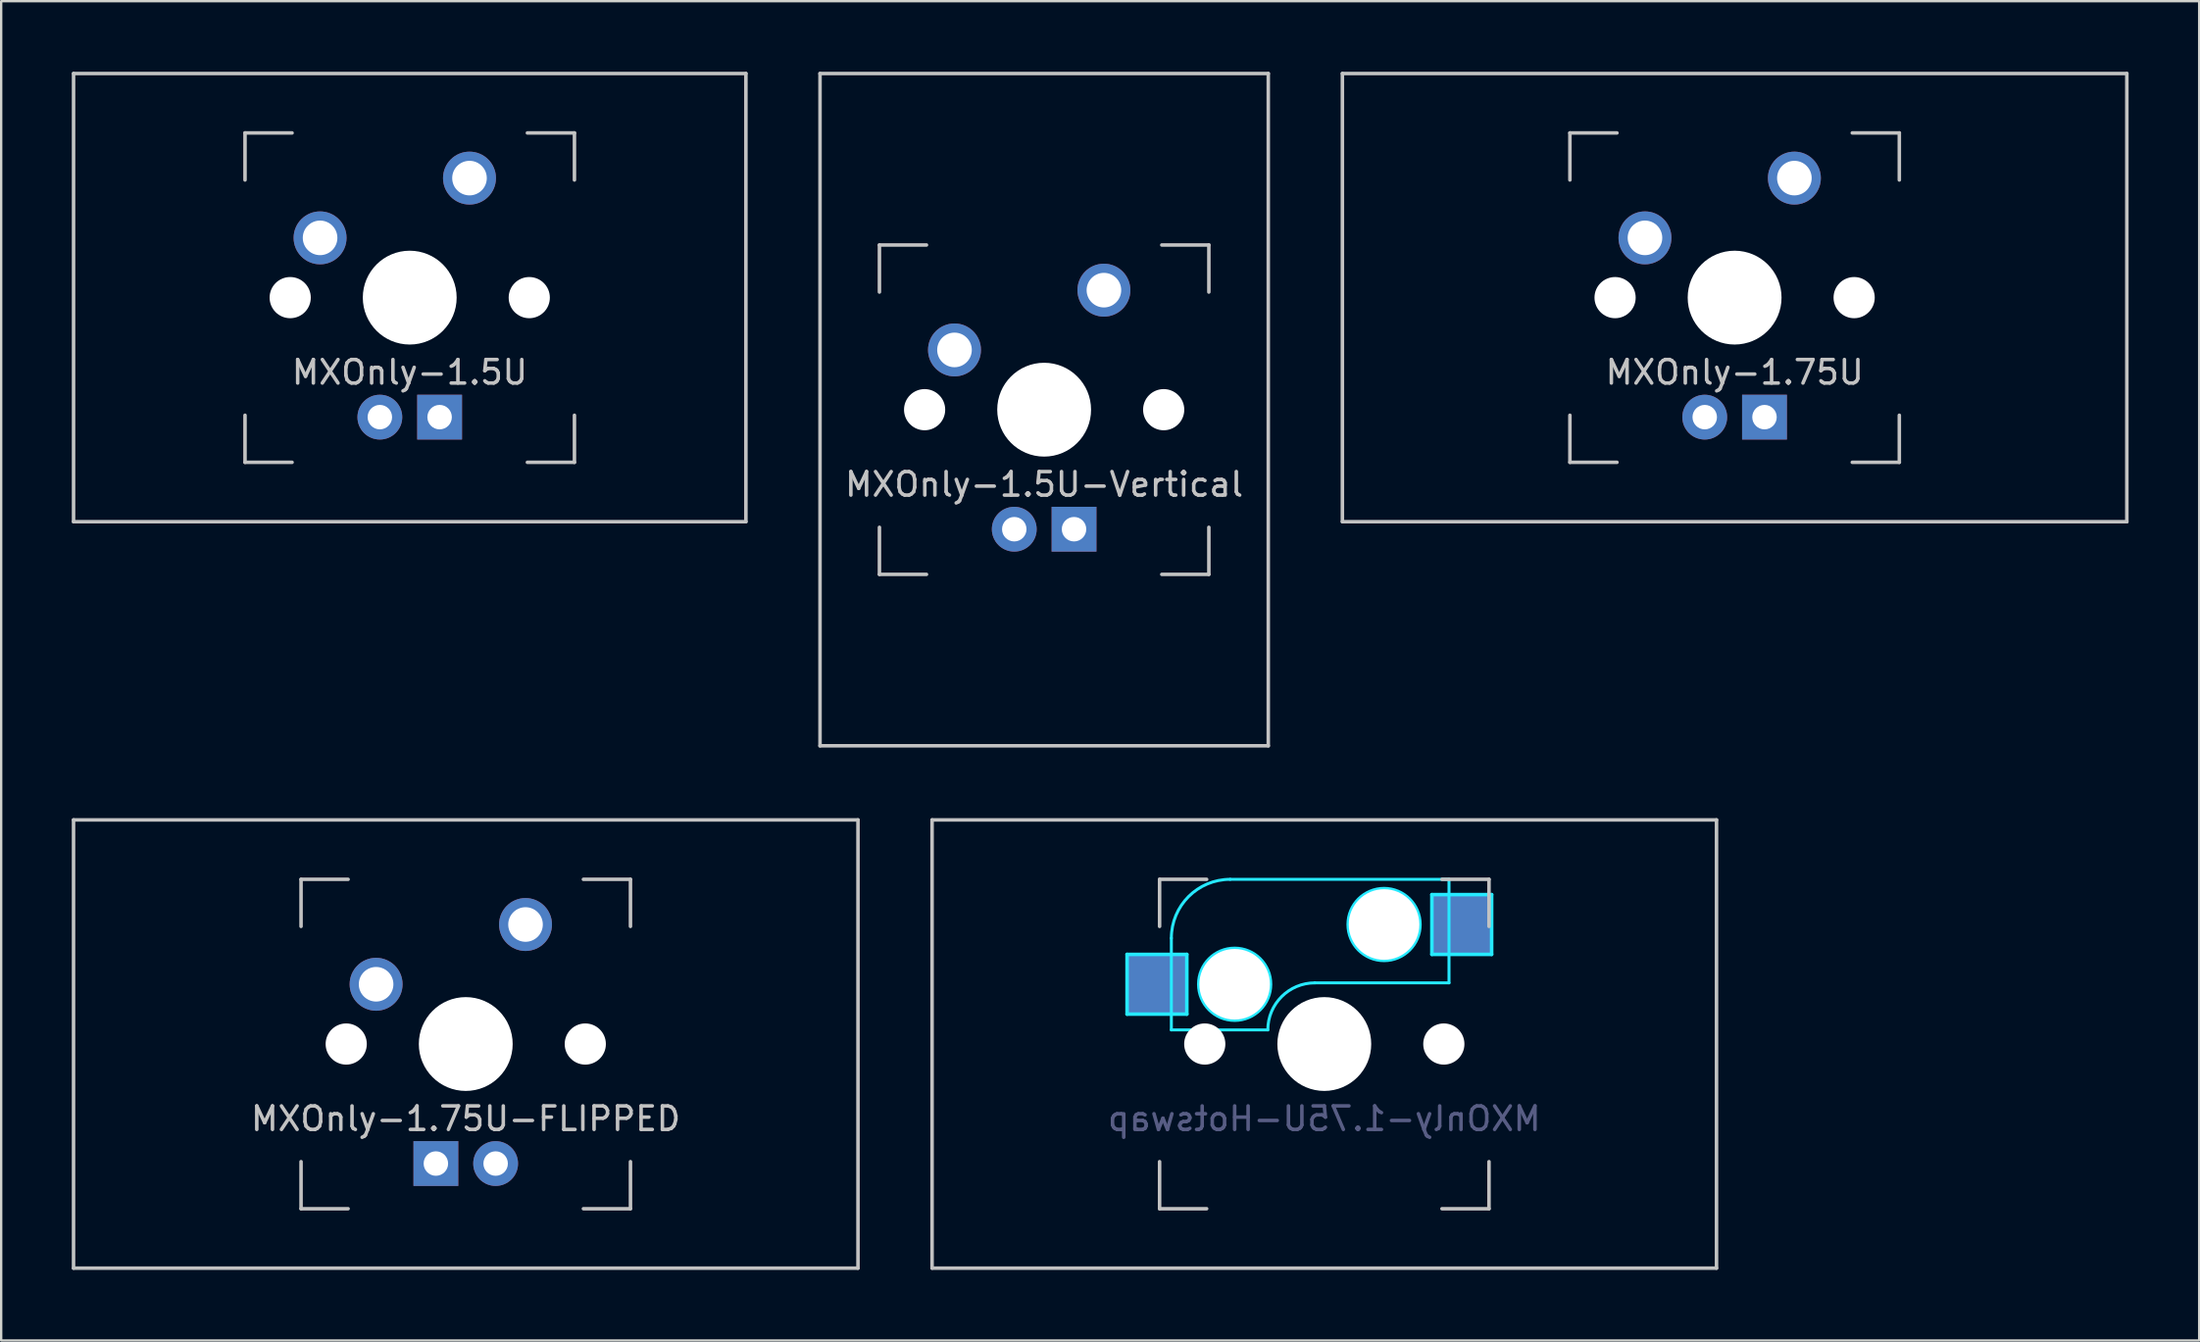
<source format=kicad_pcb>
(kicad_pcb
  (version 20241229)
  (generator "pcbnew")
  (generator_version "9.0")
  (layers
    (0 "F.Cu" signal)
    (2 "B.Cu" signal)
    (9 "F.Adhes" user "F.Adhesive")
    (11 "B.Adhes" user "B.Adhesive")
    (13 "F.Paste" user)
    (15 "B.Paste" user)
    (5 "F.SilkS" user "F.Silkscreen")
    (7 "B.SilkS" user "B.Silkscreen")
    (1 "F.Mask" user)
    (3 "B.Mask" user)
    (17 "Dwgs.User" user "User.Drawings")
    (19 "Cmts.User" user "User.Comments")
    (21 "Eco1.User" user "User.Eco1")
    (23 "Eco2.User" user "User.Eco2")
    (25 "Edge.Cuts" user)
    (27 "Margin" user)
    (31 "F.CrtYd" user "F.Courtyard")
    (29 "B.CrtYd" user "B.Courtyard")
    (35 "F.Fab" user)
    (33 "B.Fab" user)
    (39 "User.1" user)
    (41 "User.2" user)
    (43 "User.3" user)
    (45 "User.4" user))
  (footprint "MXOnly-1.5U-Vertical"
    (layer "F.Cu")
    (at 41.325 14.363)
    (property "Reference" "MXOnly-1.5U-Vertical" (at 0 3.175 0) (layer "Dwgs.User") (effects (font (size 1 1) (thickness 0.15))))
    (attr through_hole)
    (fp_line (start -9.525 -14.287) (end -9.525 14.287) (stroke (width 0.15) (type solid)) (layer "Dwgs.User"))
    (fp_line (start -7 -7) (end -7 -5) (stroke (width 0.15) (type solid)) (layer "Dwgs.User"))
    (fp_line (start -7 5) (end -7 7) (stroke (width 0.15) (type solid)) (layer "Dwgs.User"))
    (fp_line (start -7 7) (end -5 7) (stroke (width 0.15) (type solid)) (layer "Dwgs.User"))
    (fp_line (start -5 -7) (end -7 -7) (stroke (width 0.15) (type solid)) (layer "Dwgs.User"))
    (fp_line (start 5 -7) (end 7 -7) (stroke (width 0.15) (type solid)) (layer "Dwgs.User"))
    (fp_line (start 5 7) (end 7 7) (stroke (width 0.15) (type solid)) (layer "Dwgs.User"))
    (fp_line (start 7 -7) (end 7 -5) (stroke (width 0.15) (type solid)) (layer "Dwgs.User"))
    (fp_line (start 7 7) (end 7 5) (stroke (width 0.15) (type solid)) (layer "Dwgs.User"))
    (fp_line (start 9.525 -14.287) (end -9.525 -14.287) (stroke (width 0.15) (type solid)) (layer "Dwgs.User"))
    (fp_line (start 9.525 -14.287) (end 9.525 14.287) (stroke (width 0.15) (type solid)) (layer "Dwgs.User"))
    (fp_line (start 9.525 14.287) (end -9.525 14.287) (stroke (width 0.15) (type solid)) (layer "Dwgs.User"))
    (pad "" np_thru_hole circle (at -5.08 0 48.1) (size 1.75 1.75) (drill 1.75) (layers "*.Cu" "*.Mask"))
    (pad "" np_thru_hole circle (at 0 0) (size 3.988 3.988) (drill 3.988) (layers "*.Cu" "*.Mask"))
    (pad "" np_thru_hole circle (at 5.08 0 48.1) (size 1.75 1.75) (drill 1.75) (layers "*.Cu" "*.Mask"))
    (pad "1" thru_hole circle (at -3.81 -2.54) (size 2.25 2.25) (drill 1.47) (layers "*.Cu" "B.Mask"))
    (pad "2" thru_hole circle (at 2.54 -5.08) (size 2.25 2.25) (drill 1.47) (layers "*.Cu" "B.Mask"))
    (pad "3" thru_hole circle (at -1.27 5.08) (size 1.905 1.905) (drill 1.04) (layers "*.Cu" "B.Mask"))
    (pad "4" thru_hole rect (at 1.27 5.08) (size 1.905 1.905) (drill 1.04) (layers "*.Cu" "B.Mask")))
  (footprint "MXOnly-1.75U"
    (layer "F.Cu")
    (at 70.669 9.6)
    (property "Reference" "MXOnly-1.75U" (at 0 3.175 0) (layer "Dwgs.User") (effects (font (size 1 1) (thickness 0.15))))
    (attr through_hole)
    (fp_line (start -16.669 -9.525) (end 16.669 -9.525) (stroke (width 0.15) (type solid)) (layer "Dwgs.User"))
    (fp_line (start -16.669 9.525) (end -16.669 -9.525) (stroke (width 0.15) (type solid)) (layer "Dwgs.User"))
    (fp_line (start -16.669 9.525) (end 16.669 9.525) (stroke (width 0.15) (type solid)) (layer "Dwgs.User"))
    (fp_line (start -7 -7) (end -7 -5) (stroke (width 0.15) (type solid)) (layer "Dwgs.User"))
    (fp_line (start -7 5) (end -7 7) (stroke (width 0.15) (type solid)) (layer "Dwgs.User"))
    (fp_line (start -7 7) (end -5 7) (stroke (width 0.15) (type solid)) (layer "Dwgs.User"))
    (fp_line (start -5 -7) (end -7 -7) (stroke (width 0.15) (type solid)) (layer "Dwgs.User"))
    (fp_line (start 5 -7) (end 7 -7) (stroke (width 0.15) (type solid)) (layer "Dwgs.User"))
    (fp_line (start 5 7) (end 7 7) (stroke (width 0.15) (type solid)) (layer "Dwgs.User"))
    (fp_line (start 7 -7) (end 7 -5) (stroke (width 0.15) (type solid)) (layer "Dwgs.User"))
    (fp_line (start 7 7) (end 7 5) (stroke (width 0.15) (type solid)) (layer "Dwgs.User"))
    (fp_line (start 16.669 -9.525) (end 16.669 9.525) (stroke (width 0.15) (type solid)) (layer "Dwgs.User"))
    (pad "" np_thru_hole circle (at -5.08 0 48.1) (size 1.75 1.75) (drill 1.75) (layers "*.Cu" "*.Mask"))
    (pad "" np_thru_hole circle (at 0 0) (size 3.988 3.988) (drill 3.988) (layers "*.Cu" "*.Mask"))
    (pad "" np_thru_hole circle (at 5.08 0 48.1) (size 1.75 1.75) (drill 1.75) (layers "*.Cu" "*.Mask"))
    (pad "1" thru_hole circle (at -3.81 -2.54) (size 2.25 2.25) (drill 1.47) (layers "*.Cu" "B.Mask"))
    (pad "2" thru_hole circle (at 2.54 -5.08) (size 2.25 2.25) (drill 1.47) (layers "*.Cu" "B.Mask"))
    (pad "3" thru_hole circle (at -1.27 5.08) (size 1.905 1.905) (drill 1.04) (layers "*.Cu" "B.Mask"))
    (pad "4" thru_hole rect (at 1.27 5.08) (size 1.905 1.905) (drill 1.04) (layers "*.Cu" "B.Mask")))
  (footprint "MXOnly-1.75U-FLIPPED"
    (layer "F.Cu")
    (at 16.744 41.325)
    (property "Reference" "MXOnly-1.75U-FLIPPED" (at 0 3.175 0) (layer "Dwgs.User") (effects (font (size 1 1) (thickness 0.15))))
    (attr through_hole)
    (fp_line (start -16.669 -9.525) (end 16.669 -9.525) (stroke (width 0.15) (type solid)) (layer "Dwgs.User"))
    (fp_line (start -16.669 9.525) (end -16.669 -9.525) (stroke (width 0.15) (type solid)) (layer "Dwgs.User"))
    (fp_line (start -16.669 9.525) (end 16.669 9.525) (stroke (width 0.15) (type solid)) (layer "Dwgs.User"))
    (fp_line (start -7 -7) (end -7 -5) (stroke (width 0.15) (type solid)) (layer "Dwgs.User"))
    (fp_line (start -7 5) (end -7 7) (stroke (width 0.15) (type solid)) (layer "Dwgs.User"))
    (fp_line (start -7 7) (end -5 7) (stroke (width 0.15) (type solid)) (layer "Dwgs.User"))
    (fp_line (start -5 -7) (end -7 -7) (stroke (width 0.15) (type solid)) (layer "Dwgs.User"))
    (fp_line (start 5 -7) (end 7 -7) (stroke (width 0.15) (type solid)) (layer "Dwgs.User"))
    (fp_line (start 5 7) (end 7 7) (stroke (width 0.15) (type solid)) (layer "Dwgs.User"))
    (fp_line (start 7 -7) (end 7 -5) (stroke (width 0.15) (type solid)) (layer "Dwgs.User"))
    (fp_line (start 7 7) (end 7 5) (stroke (width 0.15) (type solid)) (layer "Dwgs.User"))
    (fp_line (start 16.669 -9.525) (end 16.669 9.525) (stroke (width 0.15) (type solid)) (layer "Dwgs.User"))
    (pad "" np_thru_hole circle (at -5.08 0 48.1) (size 1.75 1.75) (drill 1.75) (layers "*.Cu" "*.Mask"))
    (pad "" np_thru_hole circle (at 0 0) (size 3.988 3.988) (drill 3.988) (layers "*.Cu" "*.Mask"))
    (pad "" np_thru_hole circle (at 5.08 0 48.1) (size 1.75 1.75) (drill 1.75) (layers "*.Cu" "*.Mask"))
    (pad "1" thru_hole circle (at -3.81 -2.54) (size 2.25 2.25) (drill 1.47) (layers "*.Cu" "B.Mask"))
    (pad "2" thru_hole circle (at 2.54 -5.08) (size 2.25 2.25) (drill 1.47) (layers "*.Cu" "B.Mask"))
    (pad "3" thru_hole circle (at 1.27 5.08) (size 1.905 1.905) (drill 1.04) (layers "*.Cu" "B.Mask"))
    (pad "4" thru_hole rect (at -1.27 5.08) (size 1.905 1.905) (drill 1.04) (layers "*.Cu" "B.Mask")))
  (footprint "MXOnly-1.75U-Hotswap"
    (layer "F.Cu")
    (at 53.231 41.325)
    (property "Reference" "MXOnly-1.75U-Hotswap" (at 0 3.175 0) (layer "B.Fab") (effects (font (size 1 1) (thickness 0.15)) (justify mirror)))
    (attr smd)
    (fp_line (start -16.669 -9.525) (end 16.669 -9.525) (stroke (width 0.15) (type solid)) (layer "Dwgs.User"))
    (fp_line (start -16.669 9.525) (end -16.669 -9.525) (stroke (width 0.15) (type solid)) (layer "Dwgs.User"))
    (fp_line (start -7 -7) (end -7 -5) (stroke (width 0.15) (type solid)) (layer "Dwgs.User"))
    (fp_line (start -7 5) (end -7 7) (stroke (width 0.15) (type solid)) (layer "Dwgs.User"))
    (fp_line (start -7 7) (end -5 7) (stroke (width 0.15) (type solid)) (layer "Dwgs.User"))
    (fp_line (start -5 -7) (end -7 -7) (stroke (width 0.15) (type solid)) (layer "Dwgs.User"))
    (fp_line (start 5 -7) (end 7 -7) (stroke (width 0.15) (type solid)) (layer "Dwgs.User"))
    (fp_line (start 5 7) (end 7 7) (stroke (width 0.15) (type solid)) (layer "Dwgs.User"))
    (fp_line (start 7 -7) (end 7 -5) (stroke (width 0.15) (type solid)) (layer "Dwgs.User"))
    (fp_line (start 7 7) (end 7 5) (stroke (width 0.15) (type solid)) (layer "Dwgs.User"))
    (fp_line (start 16.669 -9.525) (end 16.669 9.525) (stroke (width 0.15) (type solid)) (layer "Dwgs.User"))
    (fp_line (start 16.669 9.525) (end -16.669 9.525) (stroke (width 0.15) (type solid)) (layer "Dwgs.User"))
    (fp_line (start -8.382 -3.81) (end -5.842 -3.81) (stroke (width 0.15) (type solid)) (layer "B.CrtYd"))
    (fp_line (start -8.382 -1.27) (end -8.382 -3.81) (stroke (width 0.15) (type solid)) (layer "B.CrtYd"))
    (fp_line (start -6.5 -4.5) (end -6.5 -0.6) (stroke (width 0.127) (type solid)) (layer "B.CrtYd"))
    (fp_line (start -6.5 -0.6) (end -2.4 -0.6) (stroke (width 0.127) (type solid)) (layer "B.CrtYd"))
    (fp_line (start -5.842 -3.81) (end -5.842 -1.27) (stroke (width 0.15) (type solid)) (layer "B.CrtYd"))
    (fp_line (start -5.842 -1.27) (end -8.382 -1.27) (stroke (width 0.15) (type solid)) (layer "B.CrtYd"))
    (fp_line (start -0.4 -2.6) (end 5.3 -2.6) (stroke (width 0.127) (type solid)) (layer "B.CrtYd"))
    (fp_line (start 4.572 -6.35) (end 7.112 -6.35) (stroke (width 0.15) (type solid)) (layer "B.CrtYd"))
    (fp_line (start 4.572 -3.81) (end 4.572 -6.35) (stroke (width 0.15) (type solid)) (layer "B.CrtYd"))
    (fp_line (start 5.3 -7) (end -4 -7) (stroke (width 0.127) (type solid)) (layer "B.CrtYd"))
    (fp_line (start 5.3 -7) (end 5.3 -2.6) (stroke (width 0.127) (type solid)) (layer "B.CrtYd"))
    (fp_line (start 7.112 -6.35) (end 7.112 -3.81) (stroke (width 0.15) (type solid)) (layer "B.CrtYd"))
    (fp_line (start 7.112 -3.81) (end 4.572 -3.81) (stroke (width 0.15) (type solid)) (layer "B.CrtYd"))
    (fp_arc (start -6.5 -4.5) (mid -5.767767 -6.267767) (end -4 -7) (stroke (width 0.127) (type solid)) (layer "B.CrtYd"))
    (fp_arc (start -2.4 -0.6) (mid -1.814214 -2.014214) (end -0.4 -2.6) (stroke (width 0.127) (type solid)) (layer "B.CrtYd"))
    (fp_circle (center -3.81 -2.54) (end -3.81 -4.064) (stroke (width 0.15) (type solid)) (fill no) (layer "B.CrtYd"))
    (fp_circle (center 2.54 -5.08) (end 2.54 -6.604) (stroke (width 0.15) (type solid)) (fill no) (layer "B.CrtYd"))
    (pad "" np_thru_hole circle (at -5.08 0 48.1) (size 1.75 1.75) (drill 1.75) (layers "*.Cu" "*.Mask"))
    (pad "" np_thru_hole circle (at -3.81 -2.54) (size 3 3) (drill 3) (layers "*.Cu" "*.Mask"))
    (pad "" np_thru_hole circle (at 0 0) (size 3.988 3.988) (drill 3.988) (layers "*.Cu" "*.Mask"))
    (pad "" np_thru_hole circle (at 2.54 -5.08) (size 3 3) (drill 3) (layers "*.Cu" "*.Mask"))
    (pad "" np_thru_hole circle (at 5.08 0 48.1) (size 1.75 1.75) (drill 1.75) (layers "*.Cu" "*.Mask"))
    (pad "1" smd rect (at -7.085 -2.54) (size 2.55 2.5) (layers "B.Cu" "B.Mask" "B.Paste"))
    (pad "2" smd rect (at 5.842 -5.08) (size 2.55 2.5) (layers "B.Cu" "B.Mask" "B.Paste")))
  (footprint "MXOnly-1.5U"
    (layer "F.Cu")
    (at 14.363 9.6)
    (property "Reference" "MXOnly-1.5U" (at 0 3.175 0) (layer "Dwgs.User") (effects (font (size 1 1) (thickness 0.15))))
    (attr through_hole)
    (fp_line (start -14.287 -9.525) (end 14.287 -9.525) (stroke (width 0.15) (type solid)) (layer "Dwgs.User"))
    (fp_line (start -14.287 9.525) (end -14.287 -9.525) (stroke (width 0.15) (type solid)) (layer "Dwgs.User"))
    (fp_line (start -14.287 9.525) (end 14.287 9.525) (stroke (width 0.15) (type solid)) (layer "Dwgs.User"))
    (fp_line (start -7 -7) (end -7 -5) (stroke (width 0.15) (type solid)) (layer "Dwgs.User"))
    (fp_line (start -7 5) (end -7 7) (stroke (width 0.15) (type solid)) (layer "Dwgs.User"))
    (fp_line (start -7 7) (end -5 7) (stroke (width 0.15) (type solid)) (layer "Dwgs.User"))
    (fp_line (start -5 -7) (end -7 -7) (stroke (width 0.15) (type solid)) (layer "Dwgs.User"))
    (fp_line (start 5 -7) (end 7 -7) (stroke (width 0.15) (type solid)) (layer "Dwgs.User"))
    (fp_line (start 5 7) (end 7 7) (stroke (width 0.15) (type solid)) (layer "Dwgs.User"))
    (fp_line (start 7 -7) (end 7 -5) (stroke (width 0.15) (type solid)) (layer "Dwgs.User"))
    (fp_line (start 7 7) (end 7 5) (stroke (width 0.15) (type solid)) (layer "Dwgs.User"))
    (fp_line (start 14.287 -9.525) (end 14.287 9.525) (stroke (width 0.15) (type solid)) (layer "Dwgs.User"))
    (pad "" np_thru_hole circle (at -5.08 0 48.1) (size 1.75 1.75) (drill 1.75) (layers "*.Cu" "*.Mask"))
    (pad "" np_thru_hole circle (at 0 0) (size 3.988 3.988) (drill 3.988) (layers "*.Cu" "*.Mask"))
    (pad "" np_thru_hole circle (at 5.08 0 48.1) (size 1.75 1.75) (drill 1.75) (layers "*.Cu" "*.Mask"))
    (pad "1" thru_hole circle (at -3.81 -2.54) (size 2.25 2.25) (drill 1.47) (layers "*.Cu" "B.Mask"))
    (pad "2" thru_hole circle (at 2.54 -5.08) (size 2.25 2.25) (drill 1.47) (layers "*.Cu" "B.Mask"))
    (pad "3" thru_hole circle (at -1.27 5.08) (size 1.905 1.905) (drill 1.04) (layers "*.Cu" "B.Mask"))
    (pad "4" thru_hole rect (at 1.27 5.08) (size 1.905 1.905) (drill 1.04) (layers "*.Cu" "B.Mask")))
  (gr_rect
    (start -3 -3)
    (end 90.412 53.925)
    (stroke (width 0.1) (type default))
    (fill no)
    (layer "Edge.Cuts")))
</source>
